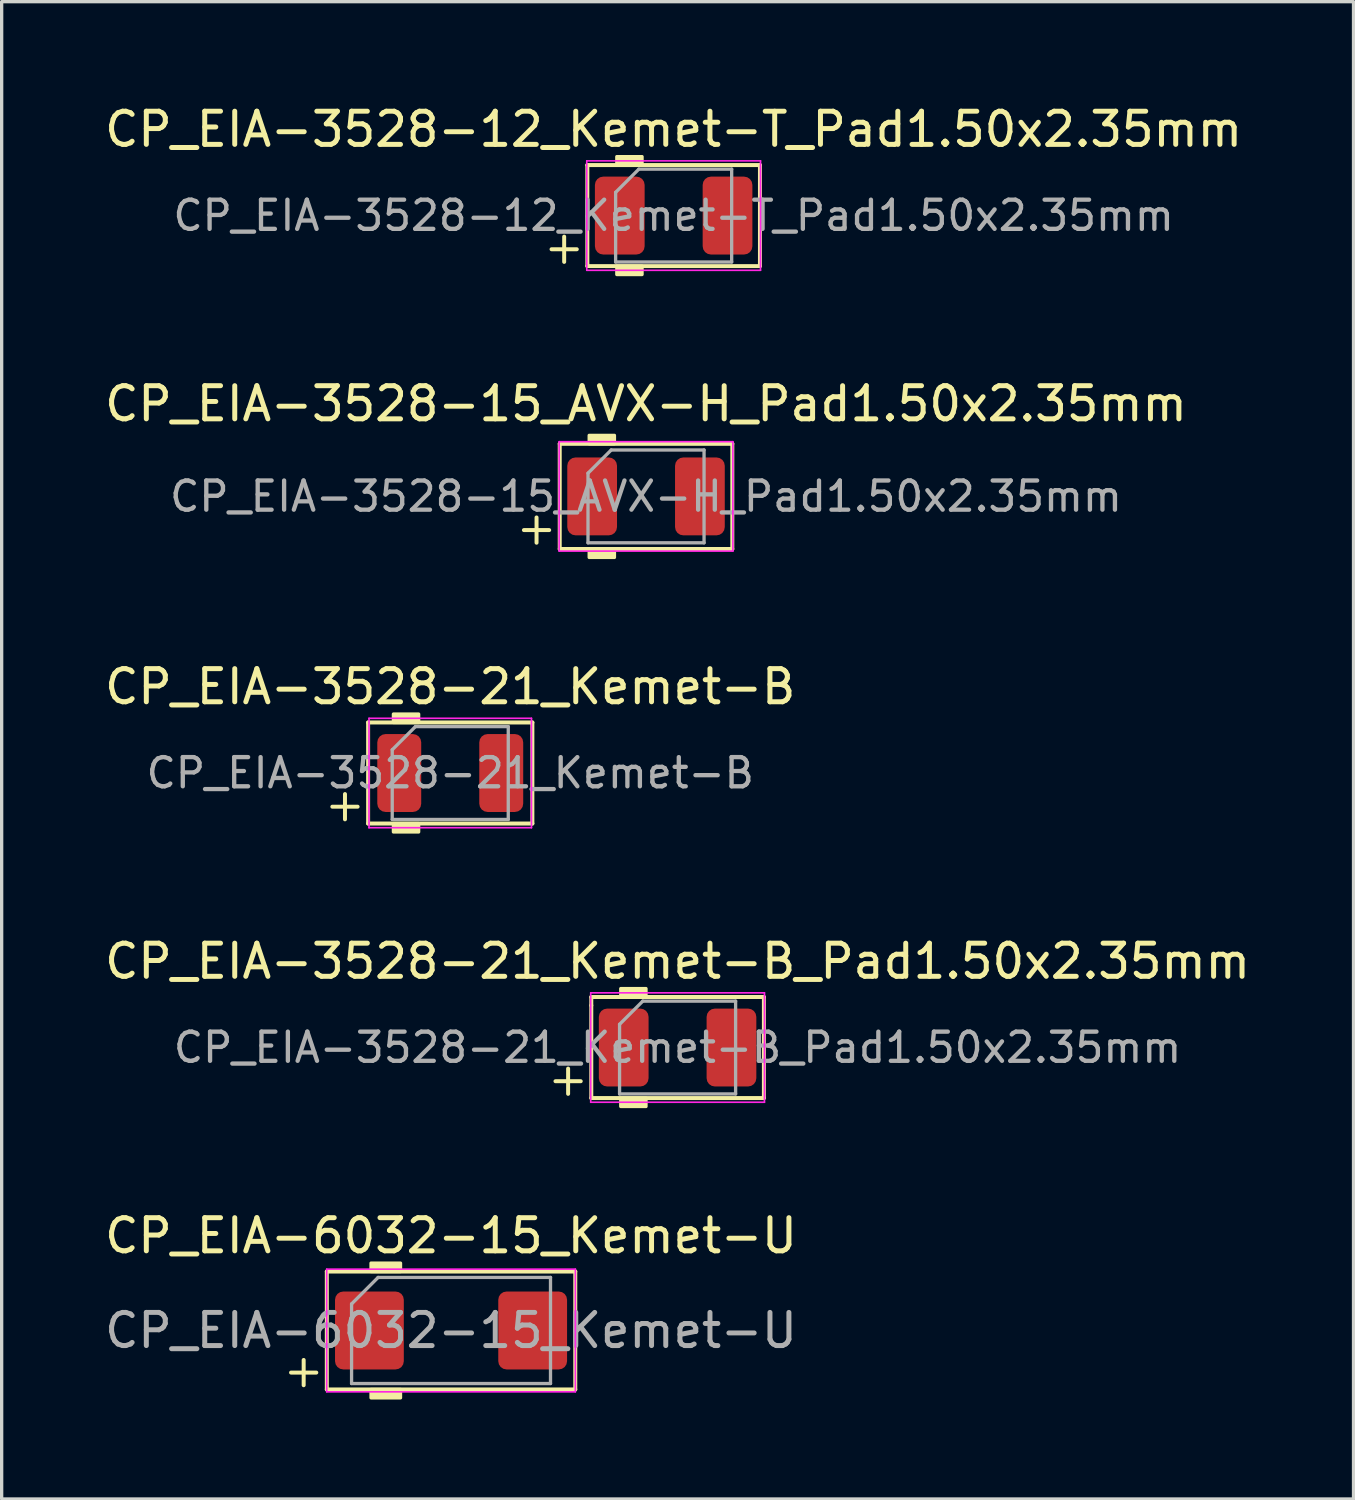
<source format=kicad_pcb>
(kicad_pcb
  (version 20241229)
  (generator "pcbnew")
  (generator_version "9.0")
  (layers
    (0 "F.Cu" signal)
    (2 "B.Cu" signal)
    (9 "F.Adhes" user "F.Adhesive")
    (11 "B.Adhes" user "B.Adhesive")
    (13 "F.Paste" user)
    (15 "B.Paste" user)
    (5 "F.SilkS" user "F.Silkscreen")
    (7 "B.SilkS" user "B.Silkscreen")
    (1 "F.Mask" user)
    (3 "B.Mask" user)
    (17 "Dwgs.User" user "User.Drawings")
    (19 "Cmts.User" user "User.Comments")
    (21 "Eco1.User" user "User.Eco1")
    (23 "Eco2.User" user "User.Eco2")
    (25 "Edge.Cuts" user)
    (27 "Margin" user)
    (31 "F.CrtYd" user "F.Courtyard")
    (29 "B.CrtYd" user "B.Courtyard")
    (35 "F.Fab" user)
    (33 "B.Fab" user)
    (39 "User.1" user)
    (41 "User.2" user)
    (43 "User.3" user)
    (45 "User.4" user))
  (footprint "CP_EIA-3528-21_Kemet-B_Pad1.50x2.35mm"
    (layer "F.Cu")
    (at 17.387 28.545)
    (property "Reference" "CP_EIA-3528-21_Kemet-B_Pad1.50x2.35mm" (at 0 -2.603 0) (layer "F.SilkS") (effects (font (size 1 1) (thickness 0.15))))
    (attr smd)
    (fp_line (start -3.683 1.016) (end -2.921 1.016) (stroke (width 0.12) (type solid)) (layer "F.SilkS"))
    (fp_line (start -3.302 0.635) (end -3.302 1.397) (stroke (width 0.12) (type solid)) (layer "F.SilkS"))
    (fp_line (start -2.603 -1.524) (end -2.603 -1.27) (stroke (width 0.12) (type solid)) (layer "F.SilkS"))
    (fp_line (start -2.603 -1.27) (end -2.603 1.524) (stroke (width 0.12) (type solid)) (layer "F.SilkS"))
    (fp_line (start -2.603 1.524) (end 2.603 1.524) (stroke (width 0.12) (type solid)) (layer "F.SilkS"))
    (fp_line (start 2.603 -1.524) (end -2.603 -1.524) (stroke (width 0.12) (type solid)) (layer "F.SilkS"))
    (fp_line (start 2.603 1.524) (end 2.603 -1.524) (stroke (width 0.12) (type solid)) (layer "F.SilkS"))
    (fp_poly (pts (xy -0.953 -1.524) (xy -1.714 -1.524) (xy -1.714 -1.778) (xy -0.953 -1.778)) (stroke (width 0.1) (type solid)) (fill yes) (layer "F.SilkS"))
    (fp_poly (pts (xy -0.953 1.778) (xy -1.714 1.778) (xy -1.714 1.524) (xy -0.953 1.524)) (stroke (width 0.1) (type solid)) (fill yes) (layer "F.SilkS"))
    (fp_line (start -2.62 -1.65) (end 2.62 -1.65) (stroke (width 0.05) (type solid)) (layer "F.CrtYd"))
    (fp_line (start -2.62 1.65) (end -2.62 -1.65) (stroke (width 0.05) (type solid)) (layer "F.CrtYd"))
    (fp_line (start 2.62 -1.65) (end 2.62 1.65) (stroke (width 0.05) (type solid)) (layer "F.CrtYd"))
    (fp_line (start 2.62 1.65) (end -2.62 1.65) (stroke (width 0.05) (type solid)) (layer "F.CrtYd"))
    (fp_line (start -1.75 -0.7) (end -1.75 1.4) (stroke (width 0.1) (type solid)) (layer "F.Fab"))
    (fp_line (start -1.75 1.4) (end 1.75 1.4) (stroke (width 0.1) (type solid)) (layer "F.Fab"))
    (fp_line (start -1.05 -1.4) (end -1.75 -0.7) (stroke (width 0.1) (type solid)) (layer "F.Fab"))
    (fp_line (start 1.75 -1.4) (end -1.05 -1.4) (stroke (width 0.1) (type solid)) (layer "F.Fab"))
    (fp_line (start 1.75 1.4) (end 1.75 -1.4) (stroke (width 0.1) (type solid)) (layer "F.Fab"))
    (fp_text user "${REFERENCE}" (at 0 0 0) (layer "F.Fab") (effects (font (size 0.88 0.88) (thickness 0.13))))
    (pad "1" smd roundrect (at -1.625 0) (size 1.5 2.35) (layers "F.Cu" "F.Mask" "F.Paste") (roundrect_rratio 0.167))
    (pad "2" smd roundrect (at 1.625 0) (size 1.5 2.35) (layers "F.Cu" "F.Mask" "F.Paste") (roundrect_rratio 0.167)))
  (footprint "CP_EIA-3528-15_AVX-H_Pad1.50x2.35mm"
    (layer "F.Cu")
    (at 16.435 11.922)
    (property "Reference" "CP_EIA-3528-15_AVX-H_Pad1.50x2.35mm" (at 0 -2.794 0) (layer "F.SilkS") (effects (font (size 1 1) (thickness 0.15))))
    (attr smd)
    (fp_line (start -3.683 1.016) (end -2.921 1.016) (stroke (width 0.12) (type solid)) (layer "F.SilkS"))
    (fp_line (start -3.302 0.635) (end -3.302 1.397) (stroke (width 0.12) (type solid)) (layer "F.SilkS"))
    (fp_line (start -2.603 -1.587) (end -2.603 1.587) (stroke (width 0.12) (type solid)) (layer "F.SilkS"))
    (fp_line (start -2.603 1.587) (end 2.603 1.587) (stroke (width 0.12) (type solid)) (layer "F.SilkS"))
    (fp_line (start 2.603 -1.587) (end -2.603 -1.587) (stroke (width 0.12) (type solid)) (layer "F.SilkS"))
    (fp_line (start 2.603 1.587) (end 2.603 -1.587) (stroke (width 0.12) (type solid)) (layer "F.SilkS"))
    (fp_poly (pts (xy -0.953 -1.587) (xy -1.714 -1.587) (xy -1.714 -1.841) (xy -0.953 -1.841)) (stroke (width 0.1) (type solid)) (fill yes) (layer "F.SilkS"))
    (fp_poly (pts (xy -0.953 1.841) (xy -1.714 1.841) (xy -1.714 1.587) (xy -0.953 1.587)) (stroke (width 0.1) (type solid)) (fill yes) (layer "F.SilkS"))
    (fp_line (start -2.62 -1.65) (end 2.62 -1.65) (stroke (width 0.05) (type solid)) (layer "F.CrtYd"))
    (fp_line (start -2.62 1.65) (end -2.62 -1.65) (stroke (width 0.05) (type solid)) (layer "F.CrtYd"))
    (fp_line (start 2.62 -1.65) (end 2.62 1.65) (stroke (width 0.05) (type solid)) (layer "F.CrtYd"))
    (fp_line (start 2.62 1.65) (end -2.62 1.65) (stroke (width 0.05) (type solid)) (layer "F.CrtYd"))
    (fp_line (start -1.75 -0.7) (end -1.75 1.4) (stroke (width 0.1) (type solid)) (layer "F.Fab"))
    (fp_line (start -1.75 1.4) (end 1.75 1.4) (stroke (width 0.1) (type solid)) (layer "F.Fab"))
    (fp_line (start -1.05 -1.4) (end -1.75 -0.7) (stroke (width 0.1) (type solid)) (layer "F.Fab"))
    (fp_line (start 1.75 -1.4) (end -1.05 -1.4) (stroke (width 0.1) (type solid)) (layer "F.Fab"))
    (fp_line (start 1.75 1.4) (end 1.75 -1.4) (stroke (width 0.1) (type solid)) (layer "F.Fab"))
    (fp_text user "${REFERENCE}" (at 0 0 0) (layer "F.Fab") (effects (font (size 0.88 0.88) (thickness 0.13))))
    (pad "1" smd roundrect (at -1.625 0) (size 1.5 2.35) (layers "F.Cu" "F.Mask" "F.Paste") (roundrect_rratio 0.167))
    (pad "2" smd roundrect (at 1.625 0) (size 1.5 2.35) (layers "F.Cu" "F.Mask" "F.Paste") (roundrect_rratio 0.167)))
  (footprint "CP_EIA-3528-21_Kemet-B"
    (layer "F.Cu")
    (at 10.53 20.265)
    (property "Reference" "CP_EIA-3528-21_Kemet-B" (at 0 -2.603 0) (layer "F.SilkS") (effects (font (size 1 1) (thickness 0.15))))
    (attr smd)
    (fp_line (start -3.556 1.016) (end -2.794 1.016) (stroke (width 0.12) (type solid)) (layer "F.SilkS"))
    (fp_line (start -3.175 0.635) (end -3.175 1.397) (stroke (width 0.12) (type solid)) (layer "F.SilkS"))
    (fp_line (start -2.477 -1.524) (end -2.477 1.524) (stroke (width 0.12) (type solid)) (layer "F.SilkS"))
    (fp_line (start -2.477 1.524) (end 2.477 1.524) (stroke (width 0.12) (type solid)) (layer "F.SilkS"))
    (fp_line (start 2.477 -1.524) (end -2.477 -1.524) (stroke (width 0.12) (type solid)) (layer "F.SilkS"))
    (fp_line (start 2.477 1.524) (end 2.477 -1.524) (stroke (width 0.12) (type solid)) (layer "F.SilkS"))
    (fp_poly (pts (xy -0.953 -1.524) (xy -1.714 -1.524) (xy -1.714 -1.778) (xy -0.953 -1.778)) (stroke (width 0.1) (type solid)) (fill yes) (layer "F.SilkS"))
    (fp_poly (pts (xy -0.953 1.778) (xy -1.714 1.778) (xy -1.714 1.524) (xy -0.953 1.524)) (stroke (width 0.1) (type solid)) (fill yes) (layer "F.SilkS"))
    (fp_line (start -2.45 -1.65) (end 2.45 -1.65) (stroke (width 0.05) (type solid)) (layer "F.CrtYd"))
    (fp_line (start -2.45 1.65) (end -2.45 -1.65) (stroke (width 0.05) (type solid)) (layer "F.CrtYd"))
    (fp_line (start 2.45 -1.65) (end 2.45 1.65) (stroke (width 0.05) (type solid)) (layer "F.CrtYd"))
    (fp_line (start 2.45 1.65) (end -2.45 1.65) (stroke (width 0.05) (type solid)) (layer "F.CrtYd"))
    (fp_line (start -1.75 -0.7) (end -1.75 1.4) (stroke (width 0.1) (type solid)) (layer "F.Fab"))
    (fp_line (start -1.75 1.4) (end 1.75 1.4) (stroke (width 0.1) (type solid)) (layer "F.Fab"))
    (fp_line (start -1.05 -1.4) (end -1.75 -0.7) (stroke (width 0.1) (type solid)) (layer "F.Fab"))
    (fp_line (start 1.75 -1.4) (end -1.05 -1.4) (stroke (width 0.1) (type solid)) (layer "F.Fab"))
    (fp_line (start 1.75 1.4) (end 1.75 -1.4) (stroke (width 0.1) (type solid)) (layer "F.Fab"))
    (fp_text user "${REFERENCE}" (at 0 0 0) (layer "F.Fab") (effects (font (size 0.88 0.88) (thickness 0.13))))
    (pad "1" smd roundrect (at -1.538 0) (size 1.325 2.35) (layers "F.Cu" "F.Mask" "F.Paste") (roundrect_rratio 0.189))
    (pad "2" smd roundrect (at 1.538 0) (size 1.325 2.35) (layers "F.Cu" "F.Mask" "F.Paste") (roundrect_rratio 0.189)))
  (footprint "CP_EIA-3528-12_Kemet-T_Pad1.50x2.35mm"
    (layer "F.Cu")
    (at 17.268 3.452)
    (property "Reference" "CP_EIA-3528-12_Kemet-T_Pad1.50x2.35mm" (at 0 -2.603 0) (layer "F.SilkS") (effects (font (size 1 1) (thickness 0.15))))
    (attr smd)
    (fp_line (start -3.683 1.016) (end -2.921 1.016) (stroke (width 0.12) (type solid)) (layer "F.SilkS"))
    (fp_line (start -3.302 0.635) (end -3.302 1.397) (stroke (width 0.12) (type solid)) (layer "F.SilkS"))
    (fp_line (start -2.603 -1.524) (end -2.603 1.524) (stroke (width 0.12) (type solid)) (layer "F.SilkS"))
    (fp_line (start -2.603 1.524) (end 2.603 1.524) (stroke (width 0.12) (type solid)) (layer "F.SilkS"))
    (fp_line (start 2.603 -1.524) (end -2.603 -1.524) (stroke (width 0.12) (type solid)) (layer "F.SilkS"))
    (fp_line (start 2.603 1.524) (end 2.603 -1.524) (stroke (width 0.12) (type solid)) (layer "F.SilkS"))
    (fp_poly (pts (xy -0.953 -1.524) (xy -1.714 -1.524) (xy -1.714 -1.778) (xy -0.953 -1.778)) (stroke (width 0.1) (type solid)) (fill yes) (layer "F.SilkS"))
    (fp_poly (pts (xy -0.953 1.778) (xy -1.714 1.778) (xy -1.714 1.524) (xy -0.953 1.524)) (stroke (width 0.1) (type solid)) (fill yes) (layer "F.SilkS"))
    (fp_line (start -2.62 -1.65) (end 2.62 -1.65) (stroke (width 0.05) (type solid)) (layer "F.CrtYd"))
    (fp_line (start -2.62 1.65) (end -2.62 -1.65) (stroke (width 0.05) (type solid)) (layer "F.CrtYd"))
    (fp_line (start 2.62 -1.65) (end 2.62 1.65) (stroke (width 0.05) (type solid)) (layer "F.CrtYd"))
    (fp_line (start 2.62 1.65) (end -2.62 1.65) (stroke (width 0.05) (type solid)) (layer "F.CrtYd"))
    (fp_line (start -1.75 -0.7) (end -1.75 1.4) (stroke (width 0.1) (type solid)) (layer "F.Fab"))
    (fp_line (start -1.75 1.4) (end 1.75 1.4) (stroke (width 0.1) (type solid)) (layer "F.Fab"))
    (fp_line (start -1.05 -1.4) (end -1.75 -0.7) (stroke (width 0.1) (type solid)) (layer "F.Fab"))
    (fp_line (start 1.75 -1.4) (end -1.05 -1.4) (stroke (width 0.1) (type solid)) (layer "F.Fab"))
    (fp_line (start 1.75 1.4) (end 1.75 -1.4) (stroke (width 0.1) (type solid)) (layer "F.Fab"))
    (fp_text user "${REFERENCE}" (at 0 0 0) (layer "F.Fab") (effects (font (size 0.88 0.88) (thickness 0.13))))
    (pad "1" smd roundrect (at -1.625 0) (size 1.5 2.35) (layers "F.Cu" "F.Mask" "F.Paste") (roundrect_rratio 0.167))
    (pad "2" smd roundrect (at 1.625 0) (size 1.5 2.35) (layers "F.Cu" "F.Mask" "F.Paste") (roundrect_rratio 0.167)))
  (footprint "CP_EIA-6032-15_Kemet-U"
    (layer "F.Cu")
    (at 10.554 37.079)
    (property "Reference" "CP_EIA-6032-15_Kemet-U" (at 0 -2.857 0) (layer "F.SilkS") (effects (font (size 1 1) (thickness 0.15))))
    (attr smd)
    (fp_line (start -4.826 1.27) (end -4.064 1.27) (stroke (width 0.12) (type solid)) (layer "F.SilkS"))
    (fp_line (start -4.445 0.889) (end -4.445 1.651) (stroke (width 0.12) (type solid)) (layer "F.SilkS"))
    (fp_line (start -3.747 -1.778) (end -3.747 -0.572) (stroke (width 0.12) (type solid)) (layer "F.SilkS"))
    (fp_line (start -3.747 -0.572) (end -3.747 1.778) (stroke (width 0.12) (type solid)) (layer "F.SilkS"))
    (fp_line (start -3.747 1.778) (end 3.747 1.778) (stroke (width 0.12) (type solid)) (layer "F.SilkS"))
    (fp_line (start 3.747 -1.778) (end -3.747 -1.778) (stroke (width 0.12) (type solid)) (layer "F.SilkS"))
    (fp_line (start 3.747 1.778) (end 3.747 -1.778) (stroke (width 0.12) (type solid)) (layer "F.SilkS"))
    (fp_poly (pts (xy -1.524 -1.778) (xy -2.413 -1.778) (xy -2.413 -2.032) (xy -1.524 -2.032)) (stroke (width 0.1) (type solid)) (fill yes) (layer "F.SilkS"))
    (fp_poly (pts (xy -1.524 2.032) (xy -2.413 2.032) (xy -2.413 1.778) (xy -1.524 1.778)) (stroke (width 0.1) (type solid)) (fill yes) (layer "F.SilkS"))
    (fp_line (start -3.75 -1.85) (end 3.75 -1.85) (stroke (width 0.05) (type solid)) (layer "F.CrtYd"))
    (fp_line (start -3.75 1.85) (end -3.75 -1.85) (stroke (width 0.05) (type solid)) (layer "F.CrtYd"))
    (fp_line (start 3.75 -1.85) (end 3.75 1.85) (stroke (width 0.05) (type solid)) (layer "F.CrtYd"))
    (fp_line (start 3.75 1.85) (end -3.75 1.85) (stroke (width 0.05) (type solid)) (layer "F.CrtYd"))
    (fp_line (start -3 -0.8) (end -3 1.6) (stroke (width 0.1) (type solid)) (layer "F.Fab"))
    (fp_line (start -3 1.6) (end 3 1.6) (stroke (width 0.1) (type solid)) (layer "F.Fab"))
    (fp_line (start -2.2 -1.6) (end -3 -0.8) (stroke (width 0.1) (type solid)) (layer "F.Fab"))
    (fp_line (start 3 -1.6) (end -2.2 -1.6) (stroke (width 0.1) (type solid)) (layer "F.Fab"))
    (fp_line (start 3 1.6) (end 3 -1.6) (stroke (width 0.1) (type solid)) (layer "F.Fab"))
    (fp_text user "${REFERENCE}" (at 0 0 0) (layer "F.Fab") (effects (font (size 1 1) (thickness 0.15))))
    (pad "1" smd roundrect (at -2.462 0) (size 2.075 2.35) (layers "F.Cu" "F.Mask" "F.Paste") (roundrect_rratio 0.12))
    (pad "2" smd roundrect (at 2.462 0) (size 2.075 2.35) (layers "F.Cu" "F.Mask" "F.Paste") (roundrect_rratio 0.12)))
  (gr_rect
    (start -3 -3)
    (end 37.774 42.161)
    (stroke (width 0.1) (type default))
    (fill no)
    (layer "Edge.Cuts")))
</source>
